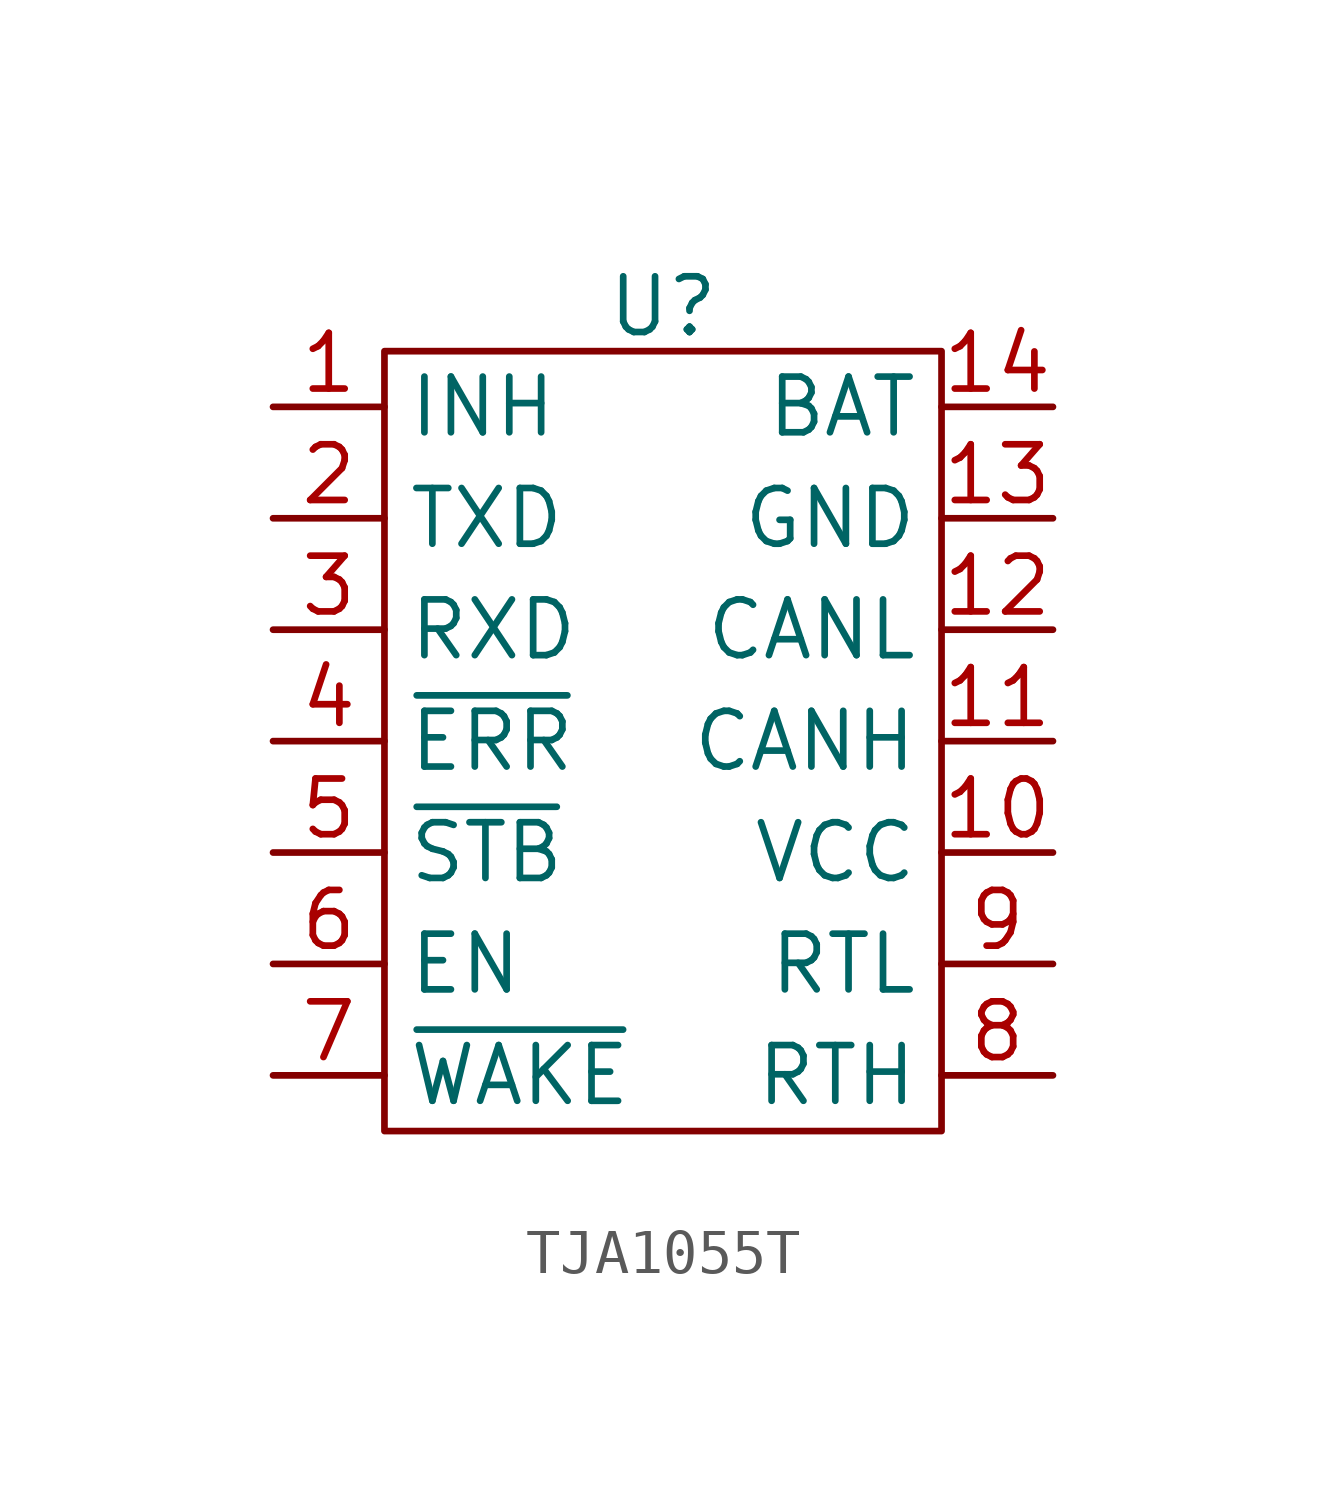
<source format=kicad_sym>
(kicad_symbol_lib
  (version 20241209)
  (generator "kicad_symbol_editor")
  (generator_version "9.0")
  (symbol "TJA1055T"
    (property "Reference" "U"
      (at 0 3.556 0)
      (effects (font (size 1.27 1.27))))
    (property "Value" ""
      (at 0 0 0)
      (effects (font (size 1.27 1.27))))
    (symbol "TJA1055T_0_1"
      (rectangle (start -6.35 2.54) (end 6.35 -15.24) (stroke (width 0) (type default)) (fill (type none))))
    (symbol "TJA1055T_1_1"
      (pin input line (at -8.89 1.27 0) (length 2.54) (name "INH" (effects (font (size 1.27 1.27)))) (number "1" (effects (font (size 1.27 1.27)))))
      (pin input line (at -8.89 -1.27 0) (length 2.54) (name "TXD" (effects (font (size 1.27 1.27)))) (number "2" (effects (font (size 1.27 1.27)))))
      (pin input line (at -8.89 -3.81 0) (length 2.54) (name "RXD" (effects (font (size 1.27 1.27)))) (number "3" (effects (font (size 1.27 1.27)))))
      (pin input line (at -8.89 -6.35 0) (length 2.54) (name "~{ERR}" (effects (font (size 1.27 1.27)))) (number "4" (effects (font (size 1.27 1.27)))))
      (pin input line (at -8.89 -8.89 0) (length 2.54) (name "~{STB}" (effects (font (size 1.27 1.27)))) (number "5" (effects (font (size 1.27 1.27)))))
      (pin input line (at -8.89 -11.43 0) (length 2.54) (name "EN" (effects (font (size 1.27 1.27)))) (number "6" (effects (font (size 1.27 1.27)))))
      (pin input line (at -8.89 -13.97 0) (length 2.54) (name "~{WAKE}" (effects (font (size 1.27 1.27)))) (number "7" (effects (font (size 1.27 1.27)))))
      (pin input line (at 8.89 1.27 180) (length 2.54) (name "BAT" (effects (font (size 1.27 1.27)))) (number "14" (effects (font (size 1.27 1.27)))))
      (pin input line (at 8.89 -1.27 180) (length 2.54) (name "GND" (effects (font (size 1.27 1.27)))) (number "13" (effects (font (size 1.27 1.27)))))
      (pin input line (at 8.89 -3.81 180) (length 2.54) (name "CANL" (effects (font (size 1.27 1.27)))) (number "12" (effects (font (size 1.27 1.27)))))
      (pin input line (at 8.89 -6.35 180) (length 2.54) (name "CANH" (effects (font (size 1.27 1.27)))) (number "11" (effects (font (size 1.27 1.27)))))
      (pin input line (at 8.89 -8.89 180) (length 2.54) (name "VCC" (effects (font (size 1.27 1.27)))) (number "10" (effects (font (size 1.27 1.27)))))
      (pin input line (at 8.89 -11.43 180) (length 2.54) (name "RTL" (effects (font (size 1.27 1.27)))) (number "9" (effects (font (size 1.27 1.27)))))
      (pin input line (at 8.89 -13.97 180) (length 2.54) (name "RTH" (effects (font (size 1.27 1.27)))) (number "8" (effects (font (size 1.27 1.27))))))))
</source>
